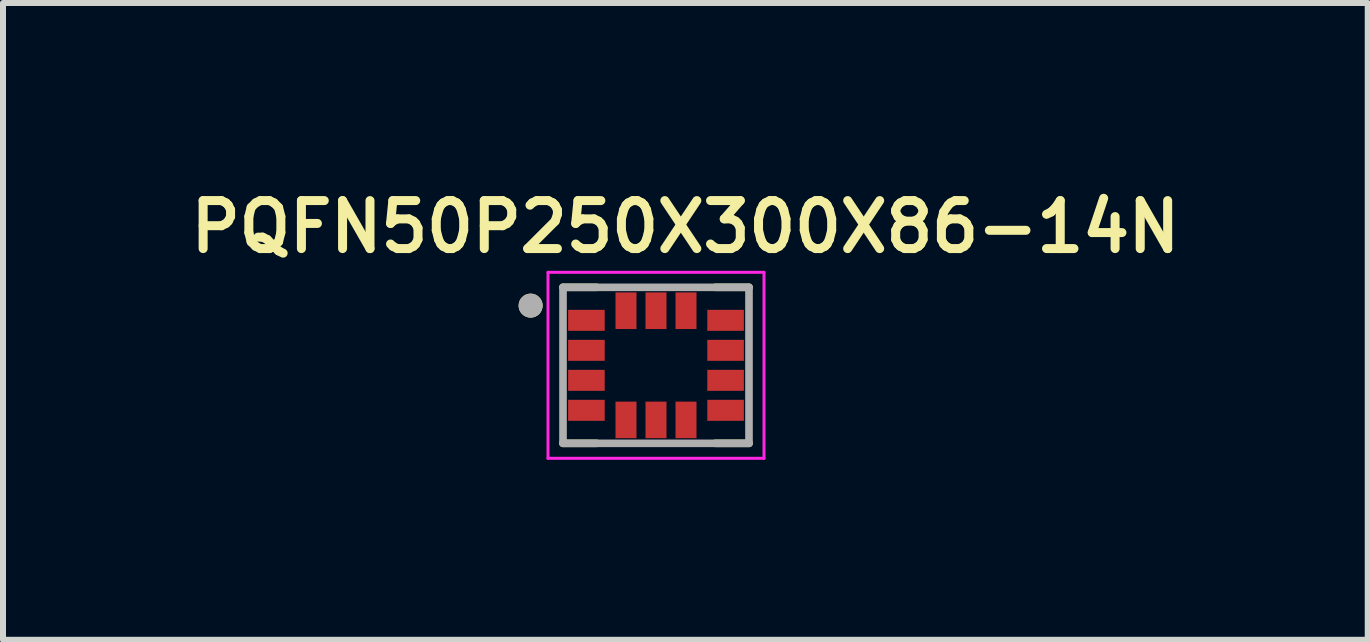
<source format=kicad_pcb>
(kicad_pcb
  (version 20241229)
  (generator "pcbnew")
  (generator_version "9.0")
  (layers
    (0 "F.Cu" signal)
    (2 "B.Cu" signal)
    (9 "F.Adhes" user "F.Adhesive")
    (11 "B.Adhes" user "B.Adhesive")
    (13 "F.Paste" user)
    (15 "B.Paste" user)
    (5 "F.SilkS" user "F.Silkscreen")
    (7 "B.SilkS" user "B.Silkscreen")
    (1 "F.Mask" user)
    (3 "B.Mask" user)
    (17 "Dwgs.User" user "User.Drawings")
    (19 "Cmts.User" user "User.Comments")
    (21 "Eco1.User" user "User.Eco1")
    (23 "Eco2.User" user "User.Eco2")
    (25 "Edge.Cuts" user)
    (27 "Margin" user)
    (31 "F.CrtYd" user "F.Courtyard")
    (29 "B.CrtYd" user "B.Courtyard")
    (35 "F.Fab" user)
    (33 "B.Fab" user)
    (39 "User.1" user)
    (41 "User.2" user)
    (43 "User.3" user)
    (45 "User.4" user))
  (footprint "PQFN50P250X300X86-14N"
    (layer "F.Cu")
    (at 7.884 3.039)
    (property "Reference" "PQFN50P250X300X86-14N" (at 0.49 -2.308 0) (layer "F.SilkS") (effects (font (size 0.8 0.8) (thickness 0.15))))
    (attr through_hole)
    (fp_poly (pts (xy -1.515 -0.975) (xy -0.805 -0.975) (xy -0.805 -0.525) (xy -1.515 -0.525)) (stroke (width 0.01) (type solid)) (fill yes) (layer "F.Mask"))
    (fp_poly (pts (xy -1.515 -0.475) (xy -0.805 -0.475) (xy -0.805 -0.025) (xy -1.515 -0.025)) (stroke (width 0.01) (type solid)) (fill yes) (layer "F.Mask"))
    (fp_poly (pts (xy -1.515 0.025) (xy -0.805 0.025) (xy -0.805 0.475) (xy -1.515 0.475)) (stroke (width 0.01) (type solid)) (fill yes) (layer "F.Mask"))
    (fp_poly (pts (xy -1.515 0.525) (xy -0.805 0.525) (xy -0.805 0.975) (xy -1.515 0.975)) (stroke (width 0.01) (type solid)) (fill yes) (layer "F.Mask"))
    (fp_poly (pts (xy -0.855 -1.14) (xy -0.145 -1.14) (xy -0.145 -0.69) (xy -0.855 -0.69)) (stroke (width 0.01) (type solid)) (fill yes) (layer "F.Mask"))
    (fp_poly (pts (xy -0.855 0.69) (xy -0.145 0.69) (xy -0.145 1.14) (xy -0.855 1.14)) (stroke (width 0.01) (type solid)) (fill yes) (layer "F.Mask"))
    (fp_poly (pts (xy -0.355 -1.14) (xy 0.355 -1.14) (xy 0.355 -0.69) (xy -0.355 -0.69)) (stroke (width 0.01) (type solid)) (fill yes) (layer "F.Mask"))
    (fp_poly (pts (xy -0.355 0.69) (xy 0.355 0.69) (xy 0.355 1.14) (xy -0.355 1.14)) (stroke (width 0.01) (type solid)) (fill yes) (layer "F.Mask"))
    (fp_poly (pts (xy 0.145 -1.14) (xy 0.855 -1.14) (xy 0.855 -0.69) (xy 0.145 -0.69)) (stroke (width 0.01) (type solid)) (fill yes) (layer "F.Mask"))
    (fp_poly (pts (xy 0.145 0.69) (xy 0.855 0.69) (xy 0.855 1.14) (xy 0.145 1.14)) (stroke (width 0.01) (type solid)) (fill yes) (layer "F.Mask"))
    (fp_poly (pts (xy 0.805 -0.975) (xy 1.515 -0.975) (xy 1.515 -0.525) (xy 0.805 -0.525)) (stroke (width 0.01) (type solid)) (fill yes) (layer "F.Mask"))
    (fp_poly (pts (xy 0.805 -0.475) (xy 1.515 -0.475) (xy 1.515 -0.025) (xy 0.805 -0.025)) (stroke (width 0.01) (type solid)) (fill yes) (layer "F.Mask"))
    (fp_poly (pts (xy 0.805 0.025) (xy 1.515 0.025) (xy 1.515 0.475) (xy 0.805 0.475)) (stroke (width 0.01) (type solid)) (fill yes) (layer "F.Mask"))
    (fp_poly (pts (xy 0.805 0.525) (xy 1.515 0.525) (xy 1.515 0.975) (xy 0.805 0.975)) (stroke (width 0.01) (type solid)) (fill yes) (layer "F.Mask"))
    (fp_line (start -1.55 1.3) (end -0.99 1.3) (stroke (width 0.127) (type solid)) (layer "F.SilkS"))
    (fp_line (start -0.99 -1.3) (end -1.55 -1.3) (stroke (width 0.127) (type solid)) (layer "F.SilkS"))
    (fp_line (start 0.99 -1.3) (end 1.55 -1.3) (stroke (width 0.127) (type solid)) (layer "F.SilkS"))
    (fp_line (start 0.99 1.3) (end 1.55 1.3) (stroke (width 0.127) (type solid)) (layer "F.SilkS"))
    (fp_circle (center -2.09 -0.995) (end -1.99 -0.995) (stroke (width 0.2) (type solid)) (fill no) (layer "F.SilkS"))
    (fp_line (start -1.8 -1.55) (end 1.8 -1.55) (stroke (width 0.05) (type solid)) (layer "F.CrtYd"))
    (fp_line (start -1.8 1.55) (end -1.8 -1.55) (stroke (width 0.05) (type solid)) (layer "F.CrtYd"))
    (fp_line (start 1.8 -1.55) (end 1.8 1.55) (stroke (width 0.05) (type solid)) (layer "F.CrtYd"))
    (fp_line (start 1.8 1.55) (end -1.8 1.55) (stroke (width 0.05) (type solid)) (layer "F.CrtYd"))
    (fp_line (start -1.55 -1.3) (end 1.55 -1.3) (stroke (width 0.127) (type solid)) (layer "F.Fab"))
    (fp_line (start -1.55 1.3) (end -1.55 -1.3) (stroke (width 0.127) (type solid)) (layer "F.Fab"))
    (fp_line (start 1.55 -1.3) (end 1.55 1.3) (stroke (width 0.127) (type solid)) (layer "F.Fab"))
    (fp_line (start 1.55 1.3) (end -1.55 1.3) (stroke (width 0.127) (type solid)) (layer "F.Fab"))
    (fp_circle (center -2.09 -0.995) (end -1.99 -0.995) (stroke (width 0.2) (type solid)) (fill no) (layer "F.Fab"))
    (pad "1" smd rect (at -1.16 -0.75) (size 0.61 0.35) (layers "F.Cu" "F.Paste"))
    (pad "2" smd rect (at -1.16 -0.25) (size 0.61 0.35) (layers "F.Cu" "F.Paste"))
    (pad "3" smd rect (at -1.16 0.25) (size 0.61 0.35) (layers "F.Cu" "F.Paste"))
    (pad "4" smd rect (at -1.16 0.75) (size 0.61 0.35) (layers "F.Cu" "F.Paste"))
    (pad "5" smd rect (at -0.5 0.91 90) (size 0.61 0.35) (layers "F.Cu" "F.Paste"))
    (pad "6" smd rect (at 0 0.91 90) (size 0.61 0.35) (layers "F.Cu" "F.Paste"))
    (pad "7" smd rect (at 0.5 0.91 90) (size 0.61 0.35) (layers "F.Cu" "F.Paste"))
    (pad "8" smd rect (at 1.16 0.75 180) (size 0.61 0.35) (layers "F.Cu" "F.Paste"))
    (pad "9" smd rect (at 1.16 0.25 180) (size 0.61 0.35) (layers "F.Cu" "F.Paste"))
    (pad "10" smd rect (at 1.16 -0.25 180) (size 0.61 0.35) (layers "F.Cu" "F.Paste"))
    (pad "11" smd rect (at 1.16 -0.75 180) (size 0.61 0.35) (layers "F.Cu" "F.Paste"))
    (pad "12" smd rect (at 0.5 -0.91 270) (size 0.61 0.35) (layers "F.Cu" "F.Paste"))
    (pad "13" smd rect (at 0 -0.91 270) (size 0.61 0.35) (layers "F.Cu" "F.Paste"))
    (pad "14" smd rect (at -0.5 -0.91 270) (size 0.61 0.35) (layers "F.Cu" "F.Paste")))
  (gr_rect
    (start -3 -3)
    (end 19.747 7.614)
    (stroke (width 0.1) (type default))
    (fill no)
    (layer "Edge.Cuts")))
</source>
